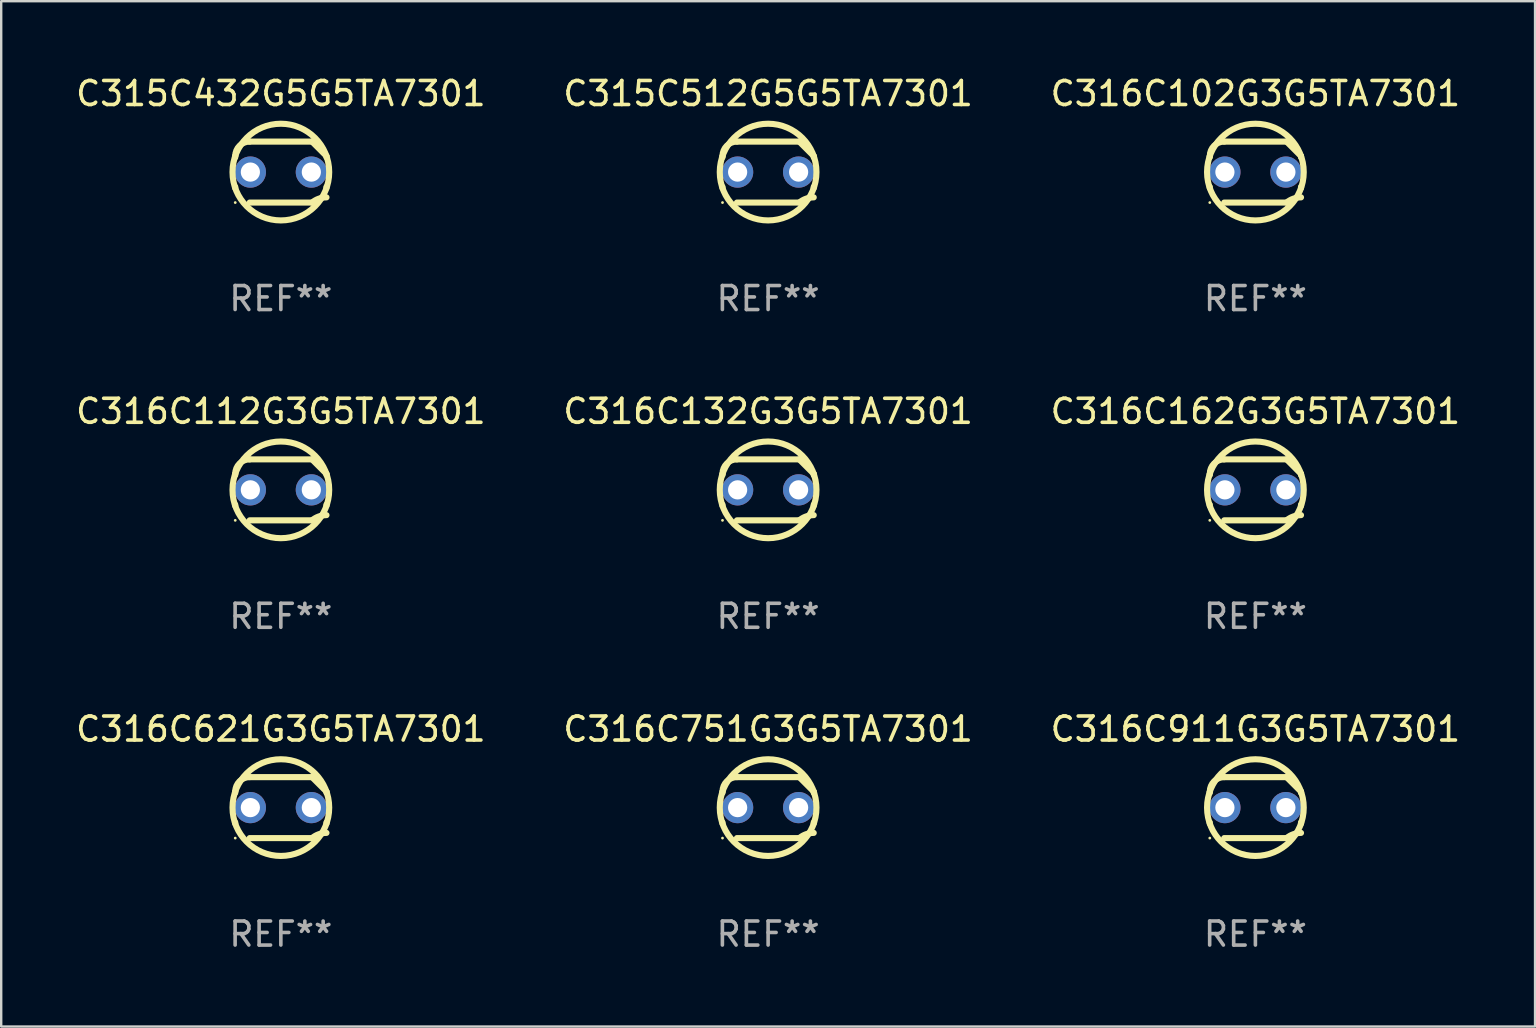
<source format=kicad_pcb>
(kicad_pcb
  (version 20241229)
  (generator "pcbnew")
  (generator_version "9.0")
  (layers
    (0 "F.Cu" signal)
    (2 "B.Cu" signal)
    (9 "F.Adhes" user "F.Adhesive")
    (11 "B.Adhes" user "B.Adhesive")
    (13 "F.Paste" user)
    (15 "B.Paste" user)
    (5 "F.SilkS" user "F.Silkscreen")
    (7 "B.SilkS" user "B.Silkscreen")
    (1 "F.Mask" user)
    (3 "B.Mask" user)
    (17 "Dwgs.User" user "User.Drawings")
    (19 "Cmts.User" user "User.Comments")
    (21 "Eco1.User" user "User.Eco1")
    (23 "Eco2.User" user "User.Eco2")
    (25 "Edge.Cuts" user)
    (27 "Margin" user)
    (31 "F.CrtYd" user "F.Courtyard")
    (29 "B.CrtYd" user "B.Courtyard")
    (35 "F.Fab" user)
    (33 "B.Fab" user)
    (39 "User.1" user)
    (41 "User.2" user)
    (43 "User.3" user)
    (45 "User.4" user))
  (footprint "C316C751G3G5TA7301"
    (layer "F.Cu")
    (at 28.946 30.591)
    (property "Reference" "C316C751G3G5TA7301" (at 0 -3.27 0) (layer "F.SilkS") (effects (font (size 1 1) (thickness 0.15))))
    (attr through_hole)
    (fp_line (start -1.9 -0.615) (end -1.9 -0.668) (stroke (width 0.254) (type solid)) (layer "F.SilkS"))
    (fp_line (start -1.9 0.668) (end -1.9 0.615) (stroke (width 0.254) (type solid)) (layer "F.SilkS"))
    (fp_line (start -1.298 1.27) (end 1.298 1.27) (stroke (width 0.254) (type solid)) (layer "F.SilkS"))
    (fp_line (start -1.298 -1.27) (end 1.298 -1.27) (stroke (width 0.254) (type solid)) (layer "F.SilkS"))
    (fp_line (start 1.9 -0.668) (end 1.9 -0.615) (stroke (width 0.254) (type solid)) (layer "F.SilkS"))
    (fp_line (start 1.9 0.615) (end 1.9 0.668) (stroke (width 0.254) (type solid)) (layer "F.SilkS"))
    (fp_arc (start -1.900025 0.667602) (mid 1.900003 -0.66758) (end -1.900025 0.667602) (stroke (width 0.254001) (type solid)) (layer "F.SilkS"))
    (fp_arc (start -1.9 -0.667602) (mid -1.723557 -1.093572) (end -1.297587 -1.270015) (stroke (width 0.254001) (type solid)) (layer "F.SilkS"))
    (fp_arc (start 1.297587 1.26999) (mid 1.579878 1.109027) (end 1.9 1.053172) (stroke (width 0.254001) (type solid)) (layer "F.SilkS"))
    (fp_arc (start 1.297611 -1.270042) (mid 1.598991 -0.969008) (end 1.900025 -0.667628) (stroke (width 0.254001) (type solid)) (layer "F.SilkS"))
    (fp_circle (center -1.9 1.27) (end -1.87 1.27) (stroke (width 0.06) (type solid)) (fill no) (layer "F.SilkS"))
    (fp_text user "REF**" (at 0 5.27 0) (layer "F.Fab") (effects (font (size 1 1) (thickness 0.15))))
    (pad "1" thru_hole circle (at -1.27 -0.000013) (size 1.3 1.3) (drill 0.8) (layers "*.Cu" "*.Mask"))
    (pad "2" thru_hole circle (at 1.27 -0.000013) (size 1.3 1.3) (drill 0.8) (layers "*.Cu" "*.Mask")))
  (footprint "C316C911G3G5TA7301"
    (layer "F.Cu")
    (at 49.244 30.591)
    (property "Reference" "C316C911G3G5TA7301" (at 0 -3.27 0) (layer "F.SilkS") (effects (font (size 1 1) (thickness 0.15))))
    (attr through_hole)
    (fp_line (start -1.9 -0.615) (end -1.9 -0.668) (stroke (width 0.254) (type solid)) (layer "F.SilkS"))
    (fp_line (start -1.9 0.668) (end -1.9 0.615) (stroke (width 0.254) (type solid)) (layer "F.SilkS"))
    (fp_line (start -1.298 1.27) (end 1.298 1.27) (stroke (width 0.254) (type solid)) (layer "F.SilkS"))
    (fp_line (start -1.298 -1.27) (end 1.298 -1.27) (stroke (width 0.254) (type solid)) (layer "F.SilkS"))
    (fp_line (start 1.9 -0.668) (end 1.9 -0.615) (stroke (width 0.254) (type solid)) (layer "F.SilkS"))
    (fp_line (start 1.9 0.615) (end 1.9 0.668) (stroke (width 0.254) (type solid)) (layer "F.SilkS"))
    (fp_arc (start -1.900025 0.667602) (mid 1.900003 -0.66758) (end -1.900025 0.667602) (stroke (width 0.254001) (type solid)) (layer "F.SilkS"))
    (fp_arc (start -1.9 -0.667602) (mid -1.723557 -1.093572) (end -1.297587 -1.270015) (stroke (width 0.254001) (type solid)) (layer "F.SilkS"))
    (fp_arc (start 1.297587 1.26999) (mid 1.579878 1.109027) (end 1.9 1.053172) (stroke (width 0.254001) (type solid)) (layer "F.SilkS"))
    (fp_arc (start 1.297611 -1.270042) (mid 1.598991 -0.969008) (end 1.900025 -0.667628) (stroke (width 0.254001) (type solid)) (layer "F.SilkS"))
    (fp_circle (center -1.9 1.27) (end -1.87 1.27) (stroke (width 0.06) (type solid)) (fill no) (layer "F.SilkS"))
    (fp_text user "REF**" (at 0 5.27 0) (layer "F.Fab") (effects (font (size 1 1) (thickness 0.15))))
    (pad "1" thru_hole circle (at -1.27 -0.000013) (size 1.3 1.3) (drill 0.8) (layers "*.Cu" "*.Mask"))
    (pad "2" thru_hole circle (at 1.27 -0.000013) (size 1.3 1.3) (drill 0.8) (layers "*.Cu" "*.Mask")))
  (footprint "C316C132G3G5TA7301"
    (layer "F.Cu")
    (at 28.946 17.355)
    (property "Reference" "C316C132G3G5TA7301" (at 0 -3.27 0) (layer "F.SilkS") (effects (font (size 1 1) (thickness 0.15))))
    (attr through_hole)
    (fp_line (start -1.9 -0.615) (end -1.9 -0.668) (stroke (width 0.254) (type solid)) (layer "F.SilkS"))
    (fp_line (start -1.9 0.668) (end -1.9 0.615) (stroke (width 0.254) (type solid)) (layer "F.SilkS"))
    (fp_line (start -1.298 1.27) (end 1.298 1.27) (stroke (width 0.254) (type solid)) (layer "F.SilkS"))
    (fp_line (start -1.298 -1.27) (end 1.298 -1.27) (stroke (width 0.254) (type solid)) (layer "F.SilkS"))
    (fp_line (start 1.9 -0.668) (end 1.9 -0.615) (stroke (width 0.254) (type solid)) (layer "F.SilkS"))
    (fp_line (start 1.9 0.615) (end 1.9 0.668) (stroke (width 0.254) (type solid)) (layer "F.SilkS"))
    (fp_arc (start -1.900025 0.667602) (mid 1.900003 -0.66758) (end -1.900025 0.667602) (stroke (width 0.254001) (type solid)) (layer "F.SilkS"))
    (fp_arc (start -1.9 -0.667602) (mid -1.723557 -1.093572) (end -1.297587 -1.270015) (stroke (width 0.254001) (type solid)) (layer "F.SilkS"))
    (fp_arc (start 1.297587 1.26999) (mid 1.579878 1.109027) (end 1.9 1.053172) (stroke (width 0.254001) (type solid)) (layer "F.SilkS"))
    (fp_arc (start 1.297611 -1.270042) (mid 1.598991 -0.969008) (end 1.900025 -0.667628) (stroke (width 0.254001) (type solid)) (layer "F.SilkS"))
    (fp_circle (center -1.9 1.27) (end -1.87 1.27) (stroke (width 0.06) (type solid)) (fill no) (layer "F.SilkS"))
    (fp_text user "REF**" (at 0 5.27 0) (layer "F.Fab") (effects (font (size 1 1) (thickness 0.15))))
    (pad "1" thru_hole circle (at -1.27 -0.000013) (size 1.3 1.3) (drill 0.8) (layers "*.Cu" "*.Mask"))
    (pad "2" thru_hole circle (at 1.27 -0.000013) (size 1.3 1.3) (drill 0.8) (layers "*.Cu" "*.Mask")))
  (footprint "C315C512G5G5TA7301"
    (layer "F.Cu")
    (at 28.946 4.118)
    (property "Reference" "C315C512G5G5TA7301" (at 0 -3.27 0) (layer "F.SilkS") (effects (font (size 1 1) (thickness 0.15))))
    (attr through_hole)
    (fp_line (start -1.9 -0.615) (end -1.9 -0.668) (stroke (width 0.254) (type solid)) (layer "F.SilkS"))
    (fp_line (start -1.9 0.668) (end -1.9 0.615) (stroke (width 0.254) (type solid)) (layer "F.SilkS"))
    (fp_line (start -1.298 1.27) (end 1.298 1.27) (stroke (width 0.254) (type solid)) (layer "F.SilkS"))
    (fp_line (start -1.298 -1.27) (end 1.298 -1.27) (stroke (width 0.254) (type solid)) (layer "F.SilkS"))
    (fp_line (start 1.9 -0.668) (end 1.9 -0.615) (stroke (width 0.254) (type solid)) (layer "F.SilkS"))
    (fp_line (start 1.9 0.615) (end 1.9 0.668) (stroke (width 0.254) (type solid)) (layer "F.SilkS"))
    (fp_arc (start -1.900025 0.667602) (mid 1.900003 -0.66758) (end -1.900025 0.667602) (stroke (width 0.254001) (type solid)) (layer "F.SilkS"))
    (fp_arc (start -1.9 -0.667602) (mid -1.723557 -1.093572) (end -1.297587 -1.270015) (stroke (width 0.254001) (type solid)) (layer "F.SilkS"))
    (fp_arc (start 1.297587 1.26999) (mid 1.579878 1.109027) (end 1.9 1.053172) (stroke (width 0.254001) (type solid)) (layer "F.SilkS"))
    (fp_arc (start 1.297611 -1.270042) (mid 1.598991 -0.969008) (end 1.900025 -0.667628) (stroke (width 0.254001) (type solid)) (layer "F.SilkS"))
    (fp_circle (center -1.9 1.27) (end -1.87 1.27) (stroke (width 0.06) (type solid)) (fill no) (layer "F.SilkS"))
    (fp_text user "REF**" (at 0 5.27 0) (layer "F.Fab") (effects (font (size 1 1) (thickness 0.15))))
    (pad "1" thru_hole circle (at -1.27 -0.000013) (size 1.3 1.3) (drill 0.8) (layers "*.Cu" "*.Mask"))
    (pad "2" thru_hole circle (at 1.27 -0.000013) (size 1.3 1.3) (drill 0.8) (layers "*.Cu" "*.Mask")))
  (footprint "C316C162G3G5TA7301"
    (layer "F.Cu")
    (at 49.244 17.355)
    (property "Reference" "C316C162G3G5TA7301" (at 0 -3.27 0) (layer "F.SilkS") (effects (font (size 1 1) (thickness 0.15))))
    (attr through_hole)
    (fp_line (start -1.9 -0.615) (end -1.9 -0.668) (stroke (width 0.254) (type solid)) (layer "F.SilkS"))
    (fp_line (start -1.9 0.668) (end -1.9 0.615) (stroke (width 0.254) (type solid)) (layer "F.SilkS"))
    (fp_line (start -1.298 1.27) (end 1.298 1.27) (stroke (width 0.254) (type solid)) (layer "F.SilkS"))
    (fp_line (start -1.298 -1.27) (end 1.298 -1.27) (stroke (width 0.254) (type solid)) (layer "F.SilkS"))
    (fp_line (start 1.9 -0.668) (end 1.9 -0.615) (stroke (width 0.254) (type solid)) (layer "F.SilkS"))
    (fp_line (start 1.9 0.615) (end 1.9 0.668) (stroke (width 0.254) (type solid)) (layer "F.SilkS"))
    (fp_arc (start -1.900025 0.667602) (mid 1.900003 -0.66758) (end -1.900025 0.667602) (stroke (width 0.254001) (type solid)) (layer "F.SilkS"))
    (fp_arc (start -1.9 -0.667602) (mid -1.723557 -1.093572) (end -1.297587 -1.270015) (stroke (width 0.254001) (type solid)) (layer "F.SilkS"))
    (fp_arc (start 1.297587 1.26999) (mid 1.579878 1.109027) (end 1.9 1.053172) (stroke (width 0.254001) (type solid)) (layer "F.SilkS"))
    (fp_arc (start 1.297611 -1.270042) (mid 1.598991 -0.969008) (end 1.900025 -0.667628) (stroke (width 0.254001) (type solid)) (layer "F.SilkS"))
    (fp_circle (center -1.9 1.27) (end -1.87 1.27) (stroke (width 0.06) (type solid)) (fill no) (layer "F.SilkS"))
    (fp_text user "REF**" (at 0 5.27 0) (layer "F.Fab") (effects (font (size 1 1) (thickness 0.15))))
    (pad "1" thru_hole circle (at -1.27 -0.000013) (size 1.3 1.3) (drill 0.8) (layers "*.Cu" "*.Mask"))
    (pad "2" thru_hole circle (at 1.27 -0.000013) (size 1.3 1.3) (drill 0.8) (layers "*.Cu" "*.Mask")))
  (footprint "C316C621G3G5TA7301"
    (layer "F.Cu")
    (at 8.649 30.591)
    (property "Reference" "C316C621G3G5TA7301" (at 0 -3.27 0) (layer "F.SilkS") (effects (font (size 1 1) (thickness 0.15))))
    (attr through_hole)
    (fp_line (start -1.9 -0.615) (end -1.9 -0.668) (stroke (width 0.254) (type solid)) (layer "F.SilkS"))
    (fp_line (start -1.9 0.668) (end -1.9 0.615) (stroke (width 0.254) (type solid)) (layer "F.SilkS"))
    (fp_line (start -1.298 1.27) (end 1.298 1.27) (stroke (width 0.254) (type solid)) (layer "F.SilkS"))
    (fp_line (start -1.298 -1.27) (end 1.298 -1.27) (stroke (width 0.254) (type solid)) (layer "F.SilkS"))
    (fp_line (start 1.9 -0.668) (end 1.9 -0.615) (stroke (width 0.254) (type solid)) (layer "F.SilkS"))
    (fp_line (start 1.9 0.615) (end 1.9 0.668) (stroke (width 0.254) (type solid)) (layer "F.SilkS"))
    (fp_arc (start -1.900025 0.667602) (mid 1.900003 -0.66758) (end -1.900025 0.667602) (stroke (width 0.254001) (type solid)) (layer "F.SilkS"))
    (fp_arc (start -1.9 -0.667602) (mid -1.723557 -1.093572) (end -1.297587 -1.270015) (stroke (width 0.254001) (type solid)) (layer "F.SilkS"))
    (fp_arc (start 1.297587 1.26999) (mid 1.579878 1.109027) (end 1.9 1.053172) (stroke (width 0.254001) (type solid)) (layer "F.SilkS"))
    (fp_arc (start 1.297611 -1.270042) (mid 1.598991 -0.969008) (end 1.900025 -0.667628) (stroke (width 0.254001) (type solid)) (layer "F.SilkS"))
    (fp_circle (center -1.9 1.27) (end -1.87 1.27) (stroke (width 0.06) (type solid)) (fill no) (layer "F.SilkS"))
    (fp_text user "REF**" (at 0 5.27 0) (layer "F.Fab") (effects (font (size 1 1) (thickness 0.15))))
    (pad "1" thru_hole circle (at -1.27 -0.000013) (size 1.3 1.3) (drill 0.8) (layers "*.Cu" "*.Mask"))
    (pad "2" thru_hole circle (at 1.27 -0.000013) (size 1.3 1.3) (drill 0.8) (layers "*.Cu" "*.Mask")))
  (footprint "C316C112G3G5TA7301"
    (layer "F.Cu")
    (at 8.649 17.355)
    (property "Reference" "C316C112G3G5TA7301" (at 0 -3.27 0) (layer "F.SilkS") (effects (font (size 1 1) (thickness 0.15))))
    (attr through_hole)
    (fp_line (start -1.9 -0.615) (end -1.9 -0.668) (stroke (width 0.254) (type solid)) (layer "F.SilkS"))
    (fp_line (start -1.9 0.668) (end -1.9 0.615) (stroke (width 0.254) (type solid)) (layer "F.SilkS"))
    (fp_line (start -1.298 1.27) (end 1.298 1.27) (stroke (width 0.254) (type solid)) (layer "F.SilkS"))
    (fp_line (start -1.298 -1.27) (end 1.298 -1.27) (stroke (width 0.254) (type solid)) (layer "F.SilkS"))
    (fp_line (start 1.9 -0.668) (end 1.9 -0.615) (stroke (width 0.254) (type solid)) (layer "F.SilkS"))
    (fp_line (start 1.9 0.615) (end 1.9 0.668) (stroke (width 0.254) (type solid)) (layer "F.SilkS"))
    (fp_arc (start -1.900025 0.667602) (mid 1.900003 -0.66758) (end -1.900025 0.667602) (stroke (width 0.254001) (type solid)) (layer "F.SilkS"))
    (fp_arc (start -1.9 -0.667602) (mid -1.723557 -1.093572) (end -1.297587 -1.270015) (stroke (width 0.254001) (type solid)) (layer "F.SilkS"))
    (fp_arc (start 1.297587 1.26999) (mid 1.579878 1.109027) (end 1.9 1.053172) (stroke (width 0.254001) (type solid)) (layer "F.SilkS"))
    (fp_arc (start 1.297611 -1.270042) (mid 1.598991 -0.969008) (end 1.900025 -0.667628) (stroke (width 0.254001) (type solid)) (layer "F.SilkS"))
    (fp_circle (center -1.9 1.27) (end -1.87 1.27) (stroke (width 0.06) (type solid)) (fill no) (layer "F.SilkS"))
    (fp_text user "REF**" (at 0 5.27 0) (layer "F.Fab") (effects (font (size 1 1) (thickness 0.15))))
    (pad "1" thru_hole circle (at -1.27 -0.000013) (size 1.3 1.3) (drill 0.8) (layers "*.Cu" "*.Mask"))
    (pad "2" thru_hole circle (at 1.27 -0.000013) (size 1.3 1.3) (drill 0.8) (layers "*.Cu" "*.Mask")))
  (footprint "C315C432G5G5TA7301"
    (layer "F.Cu")
    (at 8.649 4.118)
    (property "Reference" "C315C432G5G5TA7301" (at 0 -3.27 0) (layer "F.SilkS") (effects (font (size 1 1) (thickness 0.15))))
    (attr through_hole)
    (fp_line (start -1.9 -0.615) (end -1.9 -0.668) (stroke (width 0.254) (type solid)) (layer "F.SilkS"))
    (fp_line (start -1.9 0.668) (end -1.9 0.615) (stroke (width 0.254) (type solid)) (layer "F.SilkS"))
    (fp_line (start -1.298 1.27) (end 1.298 1.27) (stroke (width 0.254) (type solid)) (layer "F.SilkS"))
    (fp_line (start -1.298 -1.27) (end 1.298 -1.27) (stroke (width 0.254) (type solid)) (layer "F.SilkS"))
    (fp_line (start 1.9 -0.668) (end 1.9 -0.615) (stroke (width 0.254) (type solid)) (layer "F.SilkS"))
    (fp_line (start 1.9 0.615) (end 1.9 0.668) (stroke (width 0.254) (type solid)) (layer "F.SilkS"))
    (fp_arc (start -1.900025 0.667602) (mid 1.900003 -0.66758) (end -1.900025 0.667602) (stroke (width 0.254001) (type solid)) (layer "F.SilkS"))
    (fp_arc (start -1.9 -0.667602) (mid -1.723557 -1.093572) (end -1.297587 -1.270015) (stroke (width 0.254001) (type solid)) (layer "F.SilkS"))
    (fp_arc (start 1.297587 1.26999) (mid 1.579878 1.109027) (end 1.9 1.053172) (stroke (width 0.254001) (type solid)) (layer "F.SilkS"))
    (fp_arc (start 1.297611 -1.270042) (mid 1.598991 -0.969008) (end 1.900025 -0.667628) (stroke (width 0.254001) (type solid)) (layer "F.SilkS"))
    (fp_circle (center -1.9 1.27) (end -1.87 1.27) (stroke (width 0.06) (type solid)) (fill no) (layer "F.SilkS"))
    (fp_text user "REF**" (at 0 5.27 0) (layer "F.Fab") (effects (font (size 1 1) (thickness 0.15))))
    (pad "1" thru_hole circle (at -1.27 -0.000013) (size 1.3 1.3) (drill 0.8) (layers "*.Cu" "*.Mask"))
    (pad "2" thru_hole circle (at 1.27 -0.000013) (size 1.3 1.3) (drill 0.8) (layers "*.Cu" "*.Mask")))
  (footprint "C316C102G3G5TA7301"
    (layer "F.Cu")
    (at 49.244 4.118)
    (property "Reference" "C316C102G3G5TA7301" (at 0 -3.27 0) (layer "F.SilkS") (effects (font (size 1 1) (thickness 0.15))))
    (attr through_hole)
    (fp_line (start -1.9 -0.615) (end -1.9 -0.668) (stroke (width 0.254) (type solid)) (layer "F.SilkS"))
    (fp_line (start -1.9 0.668) (end -1.9 0.615) (stroke (width 0.254) (type solid)) (layer "F.SilkS"))
    (fp_line (start -1.298 1.27) (end 1.298 1.27) (stroke (width 0.254) (type solid)) (layer "F.SilkS"))
    (fp_line (start -1.298 -1.27) (end 1.298 -1.27) (stroke (width 0.254) (type solid)) (layer "F.SilkS"))
    (fp_line (start 1.9 -0.668) (end 1.9 -0.615) (stroke (width 0.254) (type solid)) (layer "F.SilkS"))
    (fp_line (start 1.9 0.615) (end 1.9 0.668) (stroke (width 0.254) (type solid)) (layer "F.SilkS"))
    (fp_arc (start -1.900025 0.667602) (mid 1.900003 -0.66758) (end -1.900025 0.667602) (stroke (width 0.254001) (type solid)) (layer "F.SilkS"))
    (fp_arc (start -1.9 -0.667602) (mid -1.723557 -1.093572) (end -1.297587 -1.270015) (stroke (width 0.254001) (type solid)) (layer "F.SilkS"))
    (fp_arc (start 1.297587 1.26999) (mid 1.579878 1.109027) (end 1.9 1.053172) (stroke (width 0.254001) (type solid)) (layer "F.SilkS"))
    (fp_arc (start 1.297611 -1.270042) (mid 1.598991 -0.969008) (end 1.900025 -0.667628) (stroke (width 0.254001) (type solid)) (layer "F.SilkS"))
    (fp_circle (center -1.9 1.27) (end -1.87 1.27) (stroke (width 0.06) (type solid)) (fill no) (layer "F.SilkS"))
    (fp_text user "REF**" (at 0 5.27 0) (layer "F.Fab") (effects (font (size 1 1) (thickness 0.15))))
    (pad "1" thru_hole circle (at -1.27 -0.000013) (size 1.3 1.3) (drill 0.8) (layers "*.Cu" "*.Mask"))
    (pad "2" thru_hole circle (at 1.27 -0.000013) (size 1.3 1.3) (drill 0.8) (layers "*.Cu" "*.Mask")))
  (gr_rect
    (start -3 -3)
    (end 60.893 39.71)
    (stroke (width 0.1) (type default))
    (fill no)
    (layer "Edge.Cuts")))
</source>
